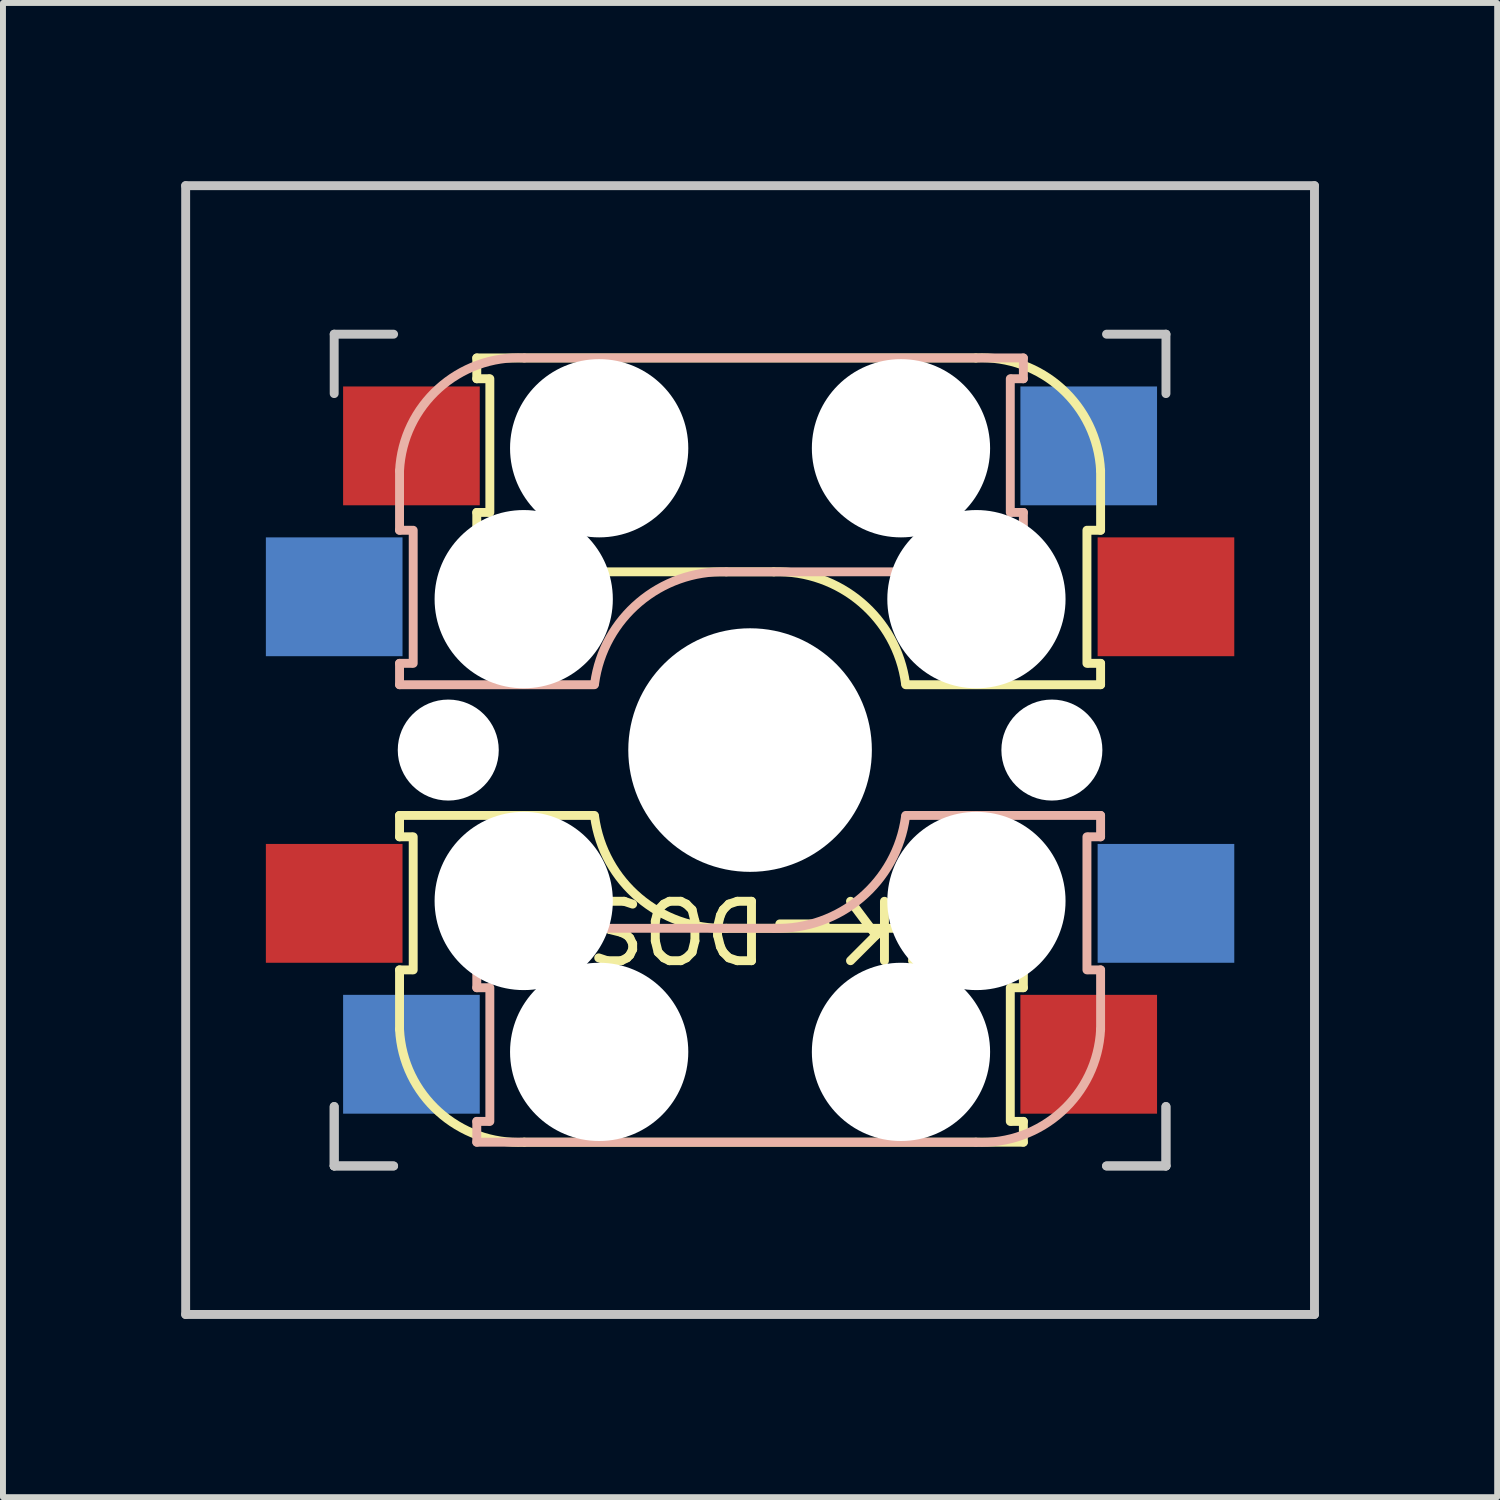
<source format=kicad_pcb>
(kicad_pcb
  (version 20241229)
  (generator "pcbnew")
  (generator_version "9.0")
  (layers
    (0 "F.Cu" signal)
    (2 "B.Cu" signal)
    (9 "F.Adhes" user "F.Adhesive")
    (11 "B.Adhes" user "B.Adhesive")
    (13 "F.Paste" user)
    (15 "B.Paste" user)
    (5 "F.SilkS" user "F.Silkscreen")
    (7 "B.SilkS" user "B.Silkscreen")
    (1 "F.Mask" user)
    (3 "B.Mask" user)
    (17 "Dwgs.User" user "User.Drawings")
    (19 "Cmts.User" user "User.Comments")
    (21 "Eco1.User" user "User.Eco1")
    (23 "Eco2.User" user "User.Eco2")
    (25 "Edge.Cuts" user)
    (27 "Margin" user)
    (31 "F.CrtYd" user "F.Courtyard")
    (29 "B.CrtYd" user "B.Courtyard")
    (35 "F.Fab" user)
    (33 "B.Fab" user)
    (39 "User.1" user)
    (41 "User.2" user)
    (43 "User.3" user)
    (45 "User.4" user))
  (footprint "MK-DOSE"
    (layer "F.Cu")
    (at 9.575 9.575)
    (property "Reference" "MK-DOSE" (at 0 3 180) (unlocked yes) (layer "F.SilkS") (effects (font (size 1 1) (thickness 0.15))))
    (attr through_hole)
    (fp_line (start -5.9 1.1) (end -5.9 1.46) (stroke (width 0.15) (type solid)) (layer "F.SilkS"))
    (fp_line (start -5.9 1.1) (end -2.62 1.1) (stroke (width 0.15) (type solid)) (layer "F.SilkS"))
    (fp_line (start -5.9 3.7) (end -5.7 3.7) (stroke (width 0.15) (type solid)) (layer "F.SilkS"))
    (fp_line (start -5.9 4.7) (end -5.9 3.7) (stroke (width 0.15) (type solid)) (layer "F.SilkS"))
    (fp_line (start -5.7 1.46) (end -5.9 1.46) (stroke (width 0.15) (type solid)) (layer "F.SilkS"))
    (fp_line (start -5.67 3.7) (end -5.67 1.46) (stroke (width 0.15) (type solid)) (layer "F.SilkS"))
    (fp_line (start -4.6 -6.6) (end 3.8 -6.6) (stroke (width 0.15) (type solid)) (layer "F.SilkS"))
    (fp_line (start -4.6 -6.25) (end -4.6 -6.6) (stroke (width 0.15) (type solid)) (layer "F.SilkS"))
    (fp_line (start -4.6 -4) (end -4.4 -4) (stroke (width 0.15) (type solid)) (layer "F.SilkS"))
    (fp_line (start -4.6 -3) (end -4.6 -4) (stroke (width 0.15) (type solid)) (layer "F.SilkS"))
    (fp_line (start -4.4 -6.25) (end -4.6 -6.25) (stroke (width 0.15) (type solid)) (layer "F.SilkS"))
    (fp_line (start -4.38 -4) (end -4.38 -6.25) (stroke (width 0.15) (type solid)) (layer "F.SilkS"))
    (fp_line (start -0.4 3) (end 4.6 3) (stroke (width 0.15) (type solid)) (layer "F.SilkS"))
    (fp_line (start 0.4 -3) (end -4.6 -3) (stroke (width 0.15) (type solid)) (layer "F.SilkS"))
    (fp_line (start 4.38 4) (end 4.38 6.25) (stroke (width 0.15) (type solid)) (layer "F.SilkS"))
    (fp_line (start 4.4 6.25) (end 4.6 6.25) (stroke (width 0.15) (type solid)) (layer "F.SilkS"))
    (fp_line (start 4.6 3) (end 4.6 4) (stroke (width 0.15) (type solid)) (layer "F.SilkS"))
    (fp_line (start 4.6 4) (end 4.4 4) (stroke (width 0.15) (type solid)) (layer "F.SilkS"))
    (fp_line (start 4.6 6.25) (end 4.6 6.6) (stroke (width 0.15) (type solid)) (layer "F.SilkS"))
    (fp_line (start 4.6 6.6) (end -3.8 6.6) (stroke (width 0.15) (type solid)) (layer "F.SilkS"))
    (fp_line (start 5.67 -3.7) (end 5.67 -1.46) (stroke (width 0.15) (type solid)) (layer "F.SilkS"))
    (fp_line (start 5.7 -1.46) (end 5.9 -1.46) (stroke (width 0.15) (type solid)) (layer "F.SilkS"))
    (fp_line (start 5.9 -4.7) (end 5.9 -3.7) (stroke (width 0.15) (type solid)) (layer "F.SilkS"))
    (fp_line (start 5.9 -3.7) (end 5.7 -3.7) (stroke (width 0.15) (type solid)) (layer "F.SilkS"))
    (fp_line (start 5.9 -1.1) (end 2.62 -1.1) (stroke (width 0.15) (type solid)) (layer "F.SilkS"))
    (fp_line (start 5.9 -1.1) (end 5.9 -1.46) (stroke (width 0.15) (type solid)) (layer "F.SilkS"))
    (fp_arc (start -3.8 6.600001) (mid -5.243504 6.084925) (end -5.900001 4.7) (stroke (width 0.15) (type solid)) (layer "F.SilkS"))
    (fp_arc (start -0.4 3) (mid -1.868709 2.486118) (end -2.616318 1.121471) (stroke (width 0.15) (type solid)) (layer "F.SilkS"))
    (fp_arc (start 0.4 -3) (mid 1.868709 -2.486118) (end 2.616318 -1.121471) (stroke (width 0.15) (type solid)) (layer "F.SilkS"))
    (fp_arc (start 3.8 -6.600001) (mid 5.243504 -6.084925) (end 5.900001 -4.7) (stroke (width 0.15) (type solid)) (layer "F.SilkS"))
    (fp_line (start -5.9 -4.7) (end -5.9 -3.7) (stroke (width 0.15) (type solid)) (layer "B.SilkS"))
    (fp_line (start -5.9 -3.7) (end -5.7 -3.7) (stroke (width 0.15) (type solid)) (layer "B.SilkS"))
    (fp_line (start -5.9 -1.1) (end -5.9 -1.46) (stroke (width 0.15) (type solid)) (layer "B.SilkS"))
    (fp_line (start -5.9 -1.1) (end -2.62 -1.1) (stroke (width 0.15) (type solid)) (layer "B.SilkS"))
    (fp_line (start -5.7 -1.46) (end -5.9 -1.46) (stroke (width 0.15) (type solid)) (layer "B.SilkS"))
    (fp_line (start -5.67 -3.7) (end -5.67 -1.46) (stroke (width 0.15) (type solid)) (layer "B.SilkS"))
    (fp_line (start -4.6 3) (end -4.6 4) (stroke (width 0.15) (type solid)) (layer "B.SilkS"))
    (fp_line (start -4.6 4) (end -4.4 4) (stroke (width 0.15) (type solid)) (layer "B.SilkS"))
    (fp_line (start -4.6 6.25) (end -4.6 6.6) (stroke (width 0.15) (type solid)) (layer "B.SilkS"))
    (fp_line (start -4.6 6.6) (end 3.8 6.6) (stroke (width 0.15) (type solid)) (layer "B.SilkS"))
    (fp_line (start -4.4 6.25) (end -4.6 6.25) (stroke (width 0.15) (type solid)) (layer "B.SilkS"))
    (fp_line (start -4.38 4) (end -4.38 6.25) (stroke (width 0.15) (type solid)) (layer "B.SilkS"))
    (fp_line (start -0.4 -3) (end 4.6 -3) (stroke (width 0.15) (type solid)) (layer "B.SilkS"))
    (fp_line (start 0.4 3) (end -4.6 3) (stroke (width 0.15) (type solid)) (layer "B.SilkS"))
    (fp_line (start 4.38 -4) (end 4.38 -6.25) (stroke (width 0.15) (type solid)) (layer "B.SilkS"))
    (fp_line (start 4.4 -6.25) (end 4.6 -6.25) (stroke (width 0.15) (type solid)) (layer "B.SilkS"))
    (fp_line (start 4.6 -6.6) (end -3.8 -6.6) (stroke (width 0.15) (type solid)) (layer "B.SilkS"))
    (fp_line (start 4.6 -6.25) (end 4.6 -6.6) (stroke (width 0.15) (type solid)) (layer "B.SilkS"))
    (fp_line (start 4.6 -4) (end 4.4 -4) (stroke (width 0.15) (type solid)) (layer "B.SilkS"))
    (fp_line (start 4.6 -3) (end 4.6 -4) (stroke (width 0.15) (type solid)) (layer "B.SilkS"))
    (fp_line (start 5.67 3.7) (end 5.67 1.46) (stroke (width 0.15) (type solid)) (layer "B.SilkS"))
    (fp_line (start 5.7 1.46) (end 5.9 1.46) (stroke (width 0.15) (type solid)) (layer "B.SilkS"))
    (fp_line (start 5.9 1.1) (end 2.62 1.1) (stroke (width 0.15) (type solid)) (layer "B.SilkS"))
    (fp_line (start 5.9 1.1) (end 5.9 1.46) (stroke (width 0.15) (type solid)) (layer "B.SilkS"))
    (fp_line (start 5.9 3.7) (end 5.7 3.7) (stroke (width 0.15) (type solid)) (layer "B.SilkS"))
    (fp_line (start 5.9 4.7) (end 5.9 3.7) (stroke (width 0.15) (type solid)) (layer "B.SilkS"))
    (fp_arc (start -5.9 -4.699999) (mid -5.243504 -6.084924) (end -3.800001 -6.6) (stroke (width 0.15) (type solid)) (layer "B.SilkS"))
    (fp_arc (start -2.616318 -1.121471) (mid -1.868709 -2.486118) (end -0.4 -3) (stroke (width 0.15) (type solid)) (layer "B.SilkS"))
    (fp_arc (start 2.616318 1.121471) (mid 1.868709 2.486118) (end 0.4 3) (stroke (width 0.15) (type solid)) (layer "B.SilkS"))
    (fp_arc (start 5.9 4.699999) (mid 5.243504 6.084924) (end 3.800001 6.6) (stroke (width 0.15) (type solid)) (layer "B.SilkS"))
    (fp_line (start -9.5 -9.5) (end 9.5 -9.5) (stroke (width 0.15) (type solid)) (layer "Dwgs.User"))
    (fp_line (start -9.5 9.5) (end -9.5 -9.5) (stroke (width 0.15) (type solid)) (layer "Dwgs.User"))
    (fp_line (start -7 -7) (end -6 -7) (stroke (width 0.15) (type solid)) (layer "Dwgs.User"))
    (fp_line (start -7 -6) (end -7 -7) (stroke (width 0.15) (type solid)) (layer "Dwgs.User"))
    (fp_line (start -7 6) (end -7 7) (stroke (width 0.15) (type solid)) (layer "Dwgs.User"))
    (fp_line (start -7 7) (end -7 6) (stroke (width 0.15) (type solid)) (layer "Dwgs.User"))
    (fp_line (start -7 7) (end -6 7) (stroke (width 0.15) (type solid)) (layer "Dwgs.User"))
    (fp_line (start -7 7) (end -6 7) (stroke (width 0.15) (type solid)) (layer "Dwgs.User"))
    (fp_line (start 6 7) (end 7 7) (stroke (width 0.15) (type solid)) (layer "Dwgs.User"))
    (fp_line (start 7 -7) (end 6 -7) (stroke (width 0.15) (type solid)) (layer "Dwgs.User"))
    (fp_line (start 7 -7) (end 7 -6) (stroke (width 0.15) (type solid)) (layer "Dwgs.User"))
    (fp_line (start 7 6) (end 7 7) (stroke (width 0.15) (type solid)) (layer "Dwgs.User"))
    (fp_line (start 7 7) (end 6 7) (stroke (width 0.15) (type solid)) (layer "Dwgs.User"))
    (fp_line (start 7 7) (end 7 6) (stroke (width 0.15) (type solid)) (layer "Dwgs.User"))
    (fp_line (start 9.5 -9.5) (end 9.5 9.5) (stroke (width 0.15) (type solid)) (layer "Dwgs.User"))
    (fp_line (start 9.5 9.5) (end -9.5 9.5) (stroke (width 0.15) (type solid)) (layer "Dwgs.User"))
    (pad "" np_thru_hole circle (at -5.08 0) (size 1.7 1.7) (drill 1.9) (layers "*.Cu" "*.Mask"))
    (pad "" np_thru_hole circle (at -3.81 -2.54 180) (size 3 3) (drill 3) (layers "*.Cu" "*.Mask"))
    (pad "" np_thru_hole circle (at -3.81 2.54) (size 3 3) (drill 3) (layers "*.Cu" "*.Mask"))
    (pad "" np_thru_hole circle (at -2.54 -5.08 180) (size 3 3) (drill 3) (layers "*.Cu" "*.Mask"))
    (pad "" np_thru_hole circle (at -2.54 5.08) (size 3 3) (drill 3) (layers "*.Cu" "*.Mask"))
    (pad "" np_thru_hole circle (at 0 0 270) (size 4.1 4.1) (drill 4.1) (layers "*.Cu" "*.Mask"))
    (pad "" np_thru_hole circle (at 2.54 -5.08 180) (size 3 3) (drill 3) (layers "*.Cu" "*.Mask"))
    (pad "" np_thru_hole circle (at 2.54 5.08) (size 3 3) (drill 3) (layers "*.Cu" "*.Mask"))
    (pad "" np_thru_hole circle (at 3.81 -2.54 180) (size 3 3) (drill 3) (layers "*.Cu" "*.Mask"))
    (pad "" np_thru_hole circle (at 3.81 2.54) (size 3 3) (drill 3) (layers "*.Cu" "*.Mask"))
    (pad "" np_thru_hole circle (at 5.08 0) (size 1.7 1.7) (drill 1.9) (layers "*.Cu" "*.Mask"))
    (pad "1" smd rect (at -7 -2.58 180) (size 2.3 2) (layers "B.Cu" "B.Mask" "B.Paste"))
    (pad "1" smd rect (at -5.7 -5.12 180) (size 2.3 2) (layers "F.Cu" "F.Mask" "F.Paste"))
    (pad "2" smd rect (at 5.7 -5.12 180) (size 2.3 2) (layers "B.Cu" "B.Mask" "B.Paste"))
    (pad "2" smd rect (at 7 -2.58 180) (size 2.3 2) (layers "F.Cu" "F.Mask" "F.Paste"))
    (pad "3" smd rect (at -7 2.58) (size 2.3 2) (layers "F.Cu" "F.Mask" "F.Paste"))
    (pad "3" smd rect (at -5.7 5.12) (size 2.3 2) (layers "B.Cu" "B.Mask" "B.Paste"))
    (pad "4" smd rect (at 5.7 5.12) (size 2.3 2) (layers "F.Cu" "F.Mask" "F.Paste"))
    (pad "4" smd rect (at 7 2.58) (size 2.3 2) (layers "B.Cu" "B.Mask" "B.Paste")))
  (gr_rect
    (start -3 -3)
    (end 22.15 22.15)
    (stroke (width 0.1) (type default))
    (fill no)
    (layer "Edge.Cuts")))
</source>
